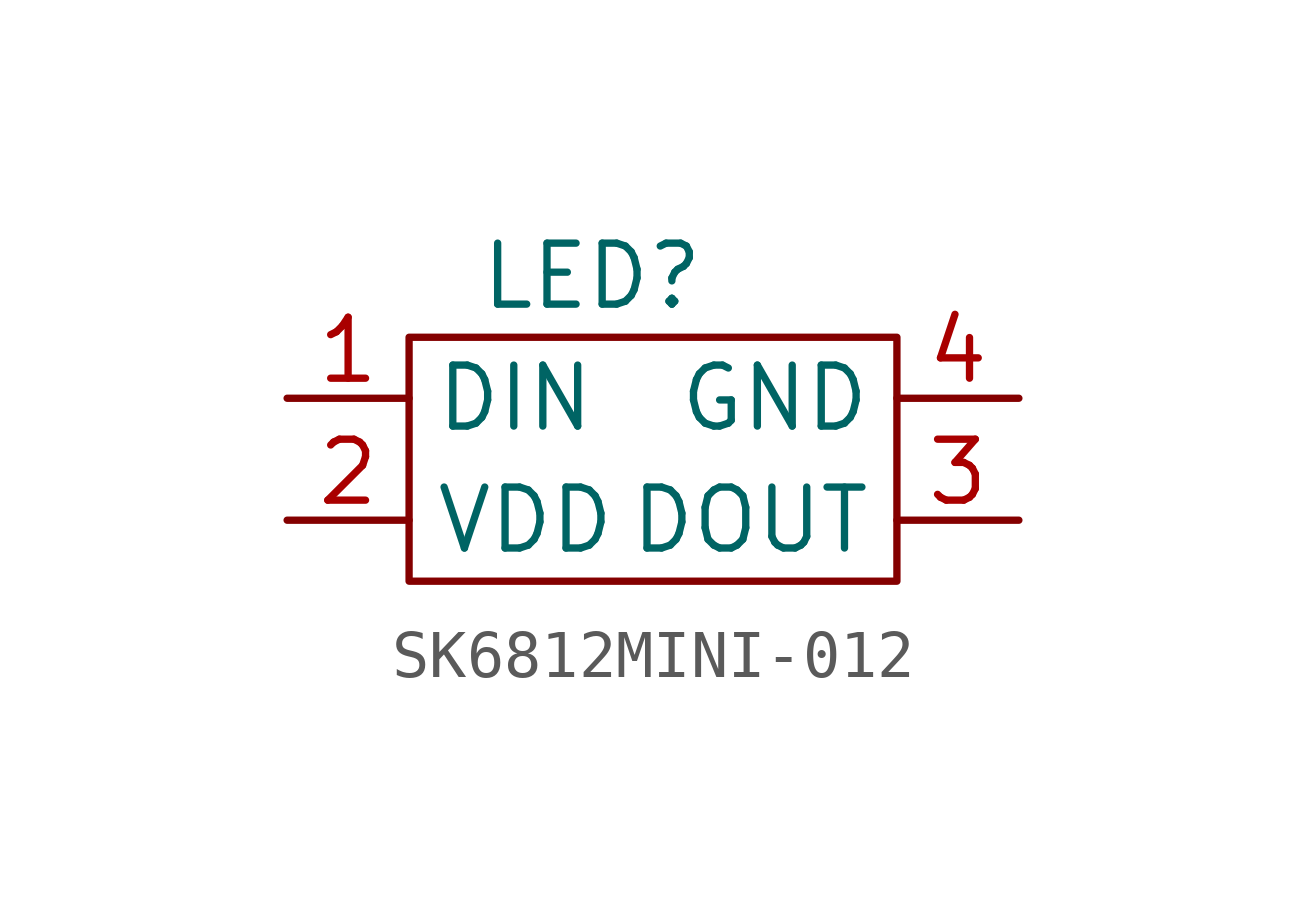
<source format=kicad_sym>
(kicad_symbol_lib
  (version 20231120)
  (generator "kicad_symbol_editor")
  (generator_version "8.0")
  (symbol "SK6812MINI-012"
    (property "Reference" "LED"
      (at -1.27 3.81 0)
      (effects (font (size 1.27 1.27))))
    (property "Value" ""
      (at -2.54 0 0)
      (effects (font (size 1.27 1.27))))
    (symbol "SK6812MINI-012_0_1"
      (rectangle (start -5.08 2.54) (end 5.08 -2.54) (stroke (width 0) (type default)) (fill (type none))))
    (symbol "SK6812MINI-012_1_1"
      (pin input line (at -7.62 1.27 0) (length 2.54) (name "DIN" (effects (font (size 1.27 1.27)))) (number "1" (effects (font (size 1.27 1.27)))))
      (pin power_in line (at -7.62 -1.27 0) (length 2.54) (name "VDD" (effects (font (size 1.27 1.27)))) (number "2" (effects (font (size 1.27 1.27)))))
      (pin output line (at 7.62 -1.27 180) (length 2.54) (name "DOUT" (effects (font (size 1.27 1.27)))) (number "3" (effects (font (size 1.27 1.27)))))
      (pin passive line (at 7.62 1.27 180) (length 2.54) (name "GND" (effects (font (size 1.27 1.27)))) (number "4" (effects (font (size 1.27 1.27))))))))
</source>
